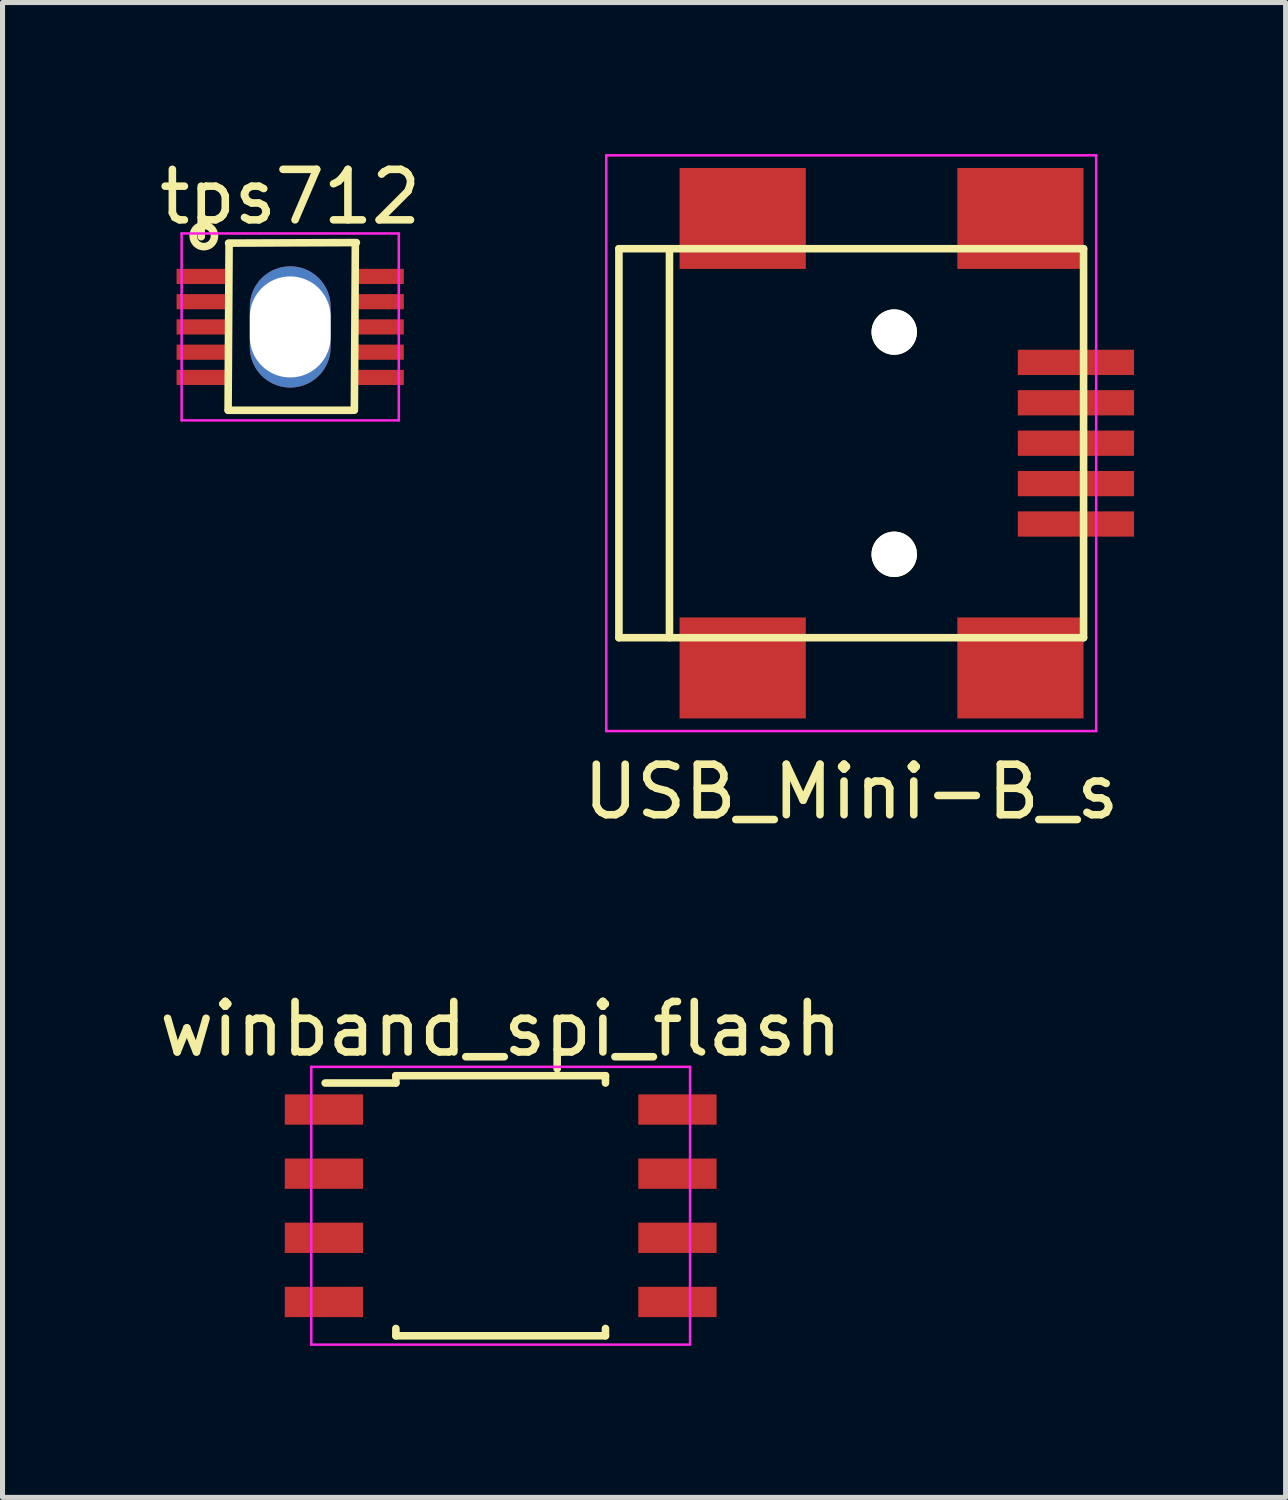
<source format=kicad_pcb>
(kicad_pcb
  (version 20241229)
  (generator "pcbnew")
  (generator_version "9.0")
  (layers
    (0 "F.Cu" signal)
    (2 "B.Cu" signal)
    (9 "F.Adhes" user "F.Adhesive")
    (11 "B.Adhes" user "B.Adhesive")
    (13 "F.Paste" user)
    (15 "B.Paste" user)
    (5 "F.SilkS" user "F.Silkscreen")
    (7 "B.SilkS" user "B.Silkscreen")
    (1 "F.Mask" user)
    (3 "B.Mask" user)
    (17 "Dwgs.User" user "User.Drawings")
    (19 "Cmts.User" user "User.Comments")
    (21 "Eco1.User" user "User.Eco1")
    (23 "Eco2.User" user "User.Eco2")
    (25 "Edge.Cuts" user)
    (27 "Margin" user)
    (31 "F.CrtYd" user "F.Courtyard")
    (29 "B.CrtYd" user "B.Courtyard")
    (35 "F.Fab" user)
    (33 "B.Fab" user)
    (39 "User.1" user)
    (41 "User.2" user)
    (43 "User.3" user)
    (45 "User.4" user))
  (footprint "tps712"
    (layer "F.Cu")
    (at 2.696 3.423)
    (property "Reference" "tps712" (at 0 -2.575 0) (layer "F.SilkS") (effects (font (size 1 1) (thickness 0.15))))
    (attr smd)
    (fp_line (start -1.23 1.65) (end -1.21 -1.65) (stroke (width 0.15) (type solid)) (layer "F.SilkS"))
    (fp_line (start -1.225 1.65) (end 1.225 1.65) (stroke (width 0.15) (type solid)) (layer "F.SilkS"))
    (fp_line (start 1.29 -1.66) (end 1.27 1.65) (stroke (width 0.15) (type solid)) (layer "F.SilkS"))
    (fp_line (start 1.31 -1.67) (end -1.22 -1.66) (stroke (width 0.15) (type solid)) (layer "F.SilkS"))
    (fp_circle (center -1.71 -1.8) (end -1.6 -1.62) (stroke (width 0.15) (type solid)) (fill no) (layer "F.SilkS"))
    (fp_line (start -2.15 -1.85) (end -2.15 1.85) (stroke (width 0.05) (type solid)) (layer "F.CrtYd"))
    (fp_line (start -2.15 -1.85) (end 2.15 -1.85) (stroke (width 0.05) (type solid)) (layer "F.CrtYd"))
    (fp_line (start -2.15 1.85) (end 2.15 1.85) (stroke (width 0.05) (type solid)) (layer "F.CrtYd"))
    (fp_line (start 2.15 -1.85) (end 2.15 1.85) (stroke (width 0.05) (type solid)) (layer "F.CrtYd"))
    (pad "0" thru_hole oval (at 0 0) (size 1.6 2.4) (drill oval 1.6 2) (layers "*.Cu" "*.Mask"))
    (pad "1" smd rect (at -1.75 -1) (size 1 0.3) (layers "F.Cu" "F.Mask" "F.Paste"))
    (pad "2" smd rect (at -1.75 -0.5) (size 1 0.3) (layers "F.Cu" "F.Mask" "F.Paste"))
    (pad "3" smd rect (at -1.75 0) (size 1 0.3) (layers "F.Cu" "F.Mask" "F.Paste"))
    (pad "4" smd rect (at -1.75 0.5) (size 1 0.3) (layers "F.Cu" "F.Mask" "F.Paste"))
    (pad "5" smd rect (at -1.75 1) (size 1 0.3) (layers "F.Cu" "F.Mask" "F.Paste"))
    (pad "6" smd rect (at 1.75 1) (size 1 0.3) (layers "F.Cu" "F.Mask" "F.Paste"))
    (pad "7" smd rect (at 1.75 0.5) (size 1 0.3) (layers "F.Cu" "F.Mask" "F.Paste"))
    (pad "8" smd rect (at 1.75 0) (size 1 0.3) (layers "F.Cu" "F.Mask" "F.Paste"))
    (pad "9" smd rect (at 1.75 -0.5) (size 1 0.3) (layers "F.Cu" "F.Mask" "F.Paste"))
    (pad "10" smd rect (at 1.75 -1) (size 1 0.3) (layers "F.Cu" "F.Mask" "F.Paste")))
  (footprint "USB_Mini-B_s"
    (layer "F.Cu")
    (at 13.804 5.725)
    (property "Reference" "USB_Mini-B_s" (at 0 6.901 0) (layer "F.SilkS") (effects (font (size 1 1) (thickness 0.15))))
    (attr smd)
    (fp_line (start -4.6 -3.851) (end -4.6 3.851) (stroke (width 0.15) (type solid)) (layer "F.SilkS"))
    (fp_line (start -4.6 3.851) (end 4.6 3.851) (stroke (width 0.15) (type solid)) (layer "F.SilkS"))
    (fp_line (start -3.599 -3.851) (end -3.599 3.851) (stroke (width 0.15) (type solid)) (layer "F.SilkS"))
    (fp_line (start 4.6 -3.851) (end -4.6 -3.851) (stroke (width 0.15) (type solid)) (layer "F.SilkS"))
    (fp_line (start 4.6 3.851) (end 4.6 -3.851) (stroke (width 0.15) (type solid)) (layer "F.SilkS"))
    (fp_line (start -4.85 -5.7) (end 4.85 -5.7) (stroke (width 0.05) (type solid)) (layer "F.CrtYd"))
    (fp_line (start -4.85 5.7) (end -4.85 -5.7) (stroke (width 0.05) (type solid)) (layer "F.CrtYd"))
    (fp_line (start 4.85 -5.7) (end 4.85 5.7) (stroke (width 0.05) (type solid)) (layer "F.CrtYd"))
    (fp_line (start 4.85 5.7) (end -4.85 5.7) (stroke (width 0.05) (type solid)) (layer "F.CrtYd"))
    (pad "" np_thru_hole circle (at 0.851 -2.2) (size 0.899 0.899) (drill 0.899) (layers "*.Cu" "*.Mask" "F.SilkS"))
    (pad "" np_thru_hole circle (at 0.851 2.2) (size 0.899 0.899) (drill 0.899) (layers "*.Cu" "*.Mask" "F.SilkS"))
    (pad "1" smd rect (at 4.449 -1.6) (size 2.301 0.5) (layers "F.Cu" "F.Mask" "F.Paste"))
    (pad "2" smd rect (at 4.449 -0.8) (size 2.301 0.5) (layers "F.Cu" "F.Mask" "F.Paste"))
    (pad "3" smd rect (at 4.449 0) (size 2.301 0.5) (layers "F.Cu" "F.Mask" "F.Paste"))
    (pad "4" smd rect (at 4.449 0.8) (size 2.301 0.5) (layers "F.Cu" "F.Mask" "F.Paste"))
    (pad "5" smd rect (at 4.449 1.6) (size 2.301 0.5) (layers "F.Cu" "F.Mask" "F.Paste"))
    (pad "6" smd rect (at -2.149 -4.45) (size 2.499 1.999) (layers "F.Cu" "F.Mask" "F.Paste"))
    (pad "6" smd rect (at -2.149 4.45) (size 2.499 1.999) (layers "F.Cu" "F.Mask" "F.Paste"))
    (pad "6" smd rect (at 3.35 -4.45) (size 2.499 1.999) (layers "F.Cu" "F.Mask" "F.Paste"))
    (pad "6" smd rect (at 3.35 4.45) (size 2.499 1.999) (layers "F.Cu" "F.Mask" "F.Paste")))
  (footprint "winband_spi_flash"
    (layer "F.Cu")
    (at 6.863 20.713)
    (property "Reference" "winband_spi_flash" (at 0 -3.39 0) (layer "F.SilkS") (effects (font (size 1 1) (thickness 0.15))))
    (attr smd)
    (fp_line (start -2.075 -2.465) (end -2.075 -2.32) (stroke (width 0.15) (type solid)) (layer "F.SilkS"))
    (fp_line (start -2.075 -2.465) (end 2.075 -2.465) (stroke (width 0.15) (type solid)) (layer "F.SilkS"))
    (fp_line (start -2.075 -2.32) (end -3.475 -2.32) (stroke (width 0.15) (type solid)) (layer "F.SilkS"))
    (fp_line (start -2.075 2.685) (end -2.075 2.54) (stroke (width 0.15) (type solid)) (layer "F.SilkS"))
    (fp_line (start -2.075 2.685) (end 2.075 2.685) (stroke (width 0.15) (type solid)) (layer "F.SilkS"))
    (fp_line (start 2.075 -2.465) (end 2.075 -2.32) (stroke (width 0.15) (type solid)) (layer "F.SilkS"))
    (fp_line (start 2.075 2.685) (end 2.075 2.54) (stroke (width 0.15) (type solid)) (layer "F.SilkS"))
    (fp_line (start -3.75 -2.64) (end -3.75 2.86) (stroke (width 0.05) (type solid)) (layer "F.CrtYd"))
    (fp_line (start -3.75 -2.64) (end 3.75 -2.64) (stroke (width 0.05) (type solid)) (layer "F.CrtYd"))
    (fp_line (start -3.75 2.86) (end 3.75 2.86) (stroke (width 0.05) (type solid)) (layer "F.CrtYd"))
    (fp_line (start 3.75 -2.64) (end 3.75 2.86) (stroke (width 0.05) (type solid)) (layer "F.CrtYd"))
    (pad "1" smd rect (at -3.5 -1.795) (size 1.55 0.6) (layers "F.Cu" "F.Mask" "F.Paste"))
    (pad "2" smd rect (at -3.5 -0.525) (size 1.55 0.6) (layers "F.Cu" "F.Mask" "F.Paste"))
    (pad "3" smd rect (at -3.5 0.745) (size 1.55 0.6) (layers "F.Cu" "F.Mask" "F.Paste"))
    (pad "4" smd rect (at -3.5 2.015) (size 1.55 0.6) (layers "F.Cu" "F.Mask" "F.Paste"))
    (pad "5" smd rect (at 3.5 2.015) (size 1.55 0.6) (layers "F.Cu" "F.Mask" "F.Paste"))
    (pad "6" smd rect (at 3.5 0.745) (size 1.55 0.6) (layers "F.Cu" "F.Mask" "F.Paste"))
    (pad "7" smd rect (at 3.5 -0.525) (size 1.55 0.6) (layers "F.Cu" "F.Mask" "F.Paste"))
    (pad "8" smd rect (at 3.5 -1.795) (size 1.55 0.6) (layers "F.Cu" "F.Mask" "F.Paste")))
  (gr_rect
    (start -3 -3)
    (end 22.404 26.598)
    (stroke (width 0.1) (type default))
    (fill no)
    (layer "Edge.Cuts")))
</source>
